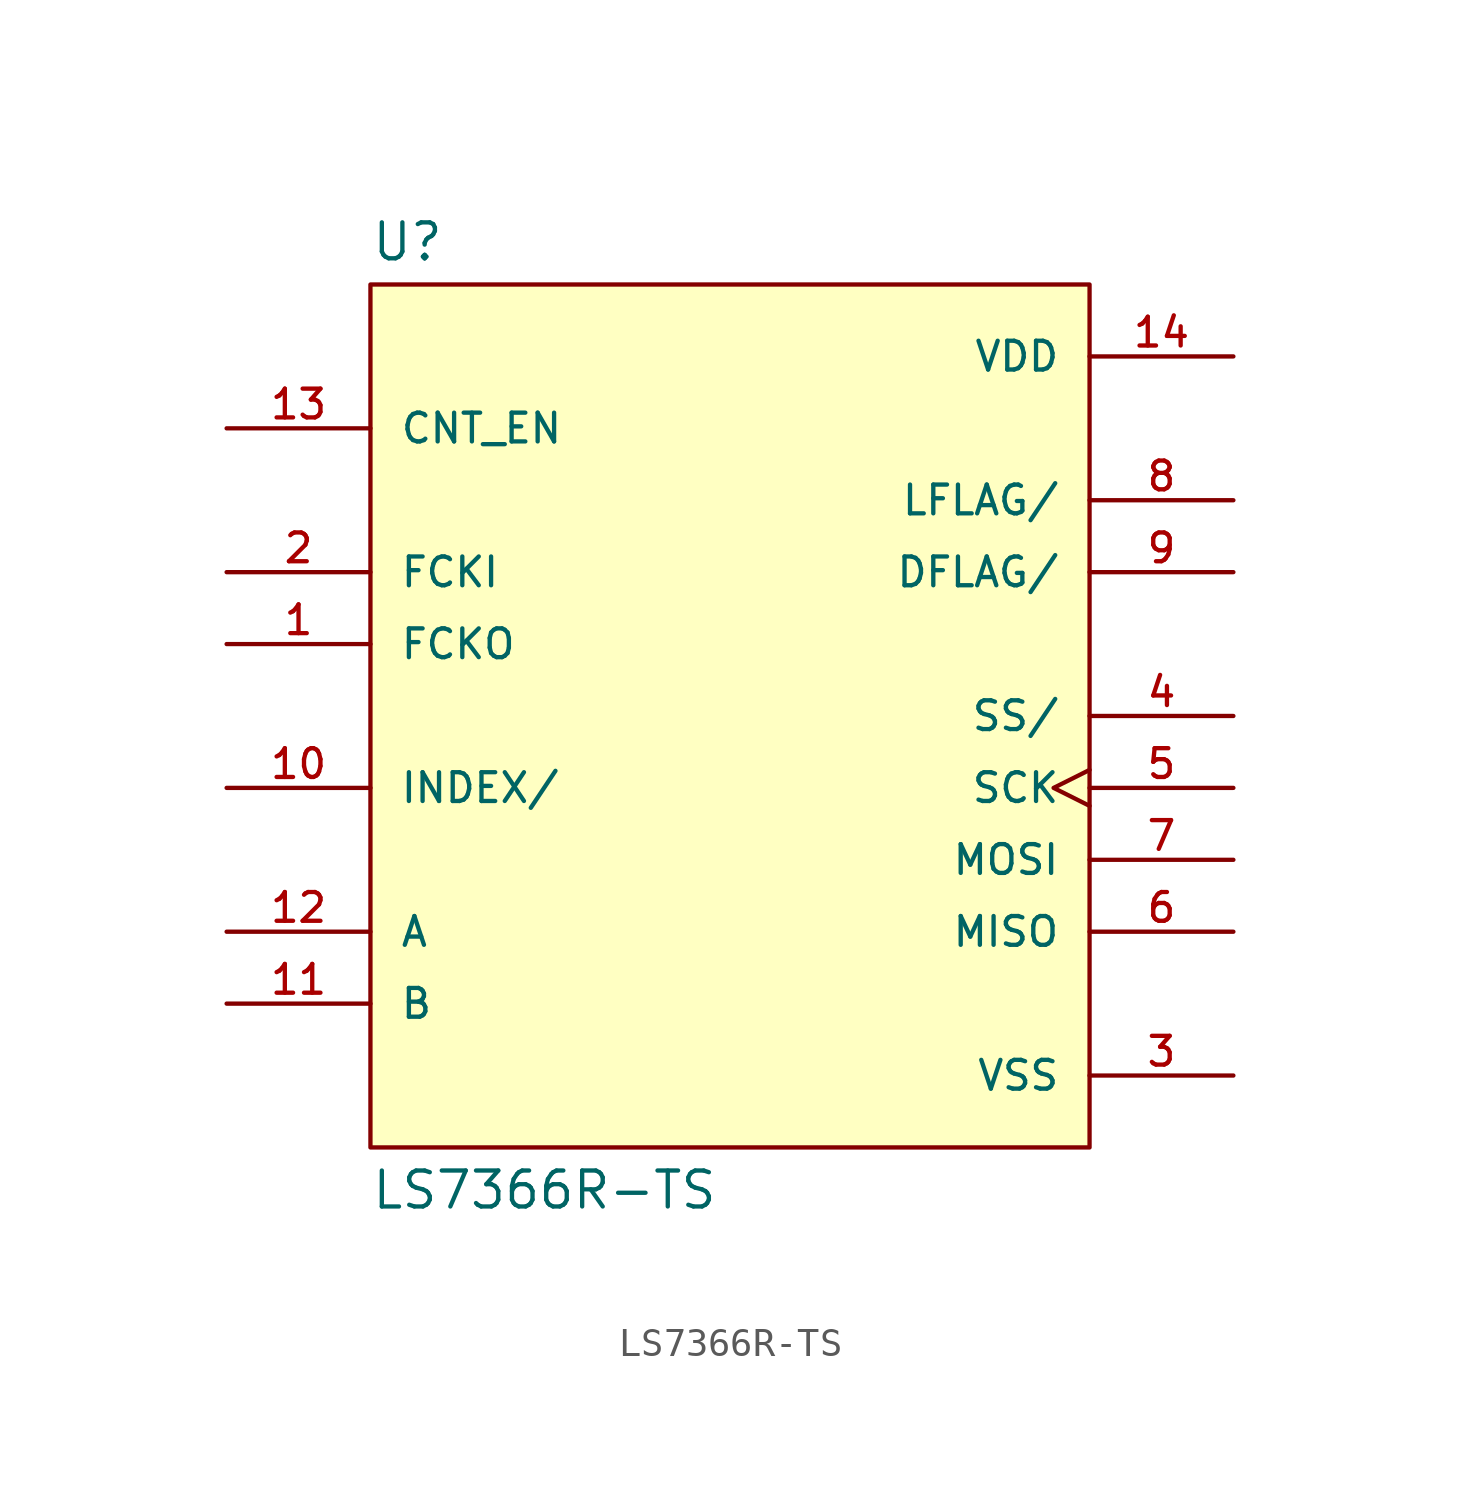
<source format=kicad_sym>
(kicad_symbol_lib
  (version 20211014)
  (generator kicad_symbol_editor)
  (symbol "LS7366R-TS"
    (pin_names
      (offset 1.016))
    (property "Reference" "U"
      (at -12.7 16.002 0)
      (effects (font (size 1.27 1.27)) (justify bottom left)))
    (property "Value" "LS7366R-TS"
      (at -12.7 -16.002 0)
      (effects (font (size 1.27 1.27)) (justify top left)))
    (symbol "LS7366R-TS_0_0"
      (rectangle (start -12.7 -15.24) (end 12.7 15.24) (stroke (width 0.152)) (fill (type background)))
      (pin power_in line (at 17.78 12.7 180.0) (length 5.08) (name "VDD" (effects (font (size 1.016 1.016)))) (number "14" (effects (font (size 1.016 1.016)))))
      (pin power_in line (at 17.78 -12.7 180.0) (length 5.08) (name "VSS" (effects (font (size 1.016 1.016)))) (number "3" (effects (font (size 1.016 1.016)))))
      (pin output line (at -17.78 2.54 0) (length 5.08) (name "FCKO" (effects (font (size 1.016 1.016)))) (number "1" (effects (font (size 1.016 1.016)))))
      (pin input line (at -17.78 5.08 0) (length 5.08) (name "FCKI" (effects (font (size 1.016 1.016)))) (number "2" (effects (font (size 1.016 1.016)))))
      (pin input line (at 17.78 0.0 180.0) (length 5.08) (name "SS/" (effects (font (size 1.016 1.016)))) (number "4" (effects (font (size 1.016 1.016)))))
      (pin input clock (at 17.78 -2.54 180.0) (length 5.08) (name "SCK" (effects (font (size 1.016 1.016)))) (number "5" (effects (font (size 1.016 1.016)))))
      (pin output line (at 17.78 -7.62 180.0) (length 5.08) (name "MISO" (effects (font (size 1.016 1.016)))) (number "6" (effects (font (size 1.016 1.016)))))
      (pin input line (at 17.78 -5.08 180.0) (length 5.08) (name "MOSI" (effects (font (size 1.016 1.016)))) (number "7" (effects (font (size 1.016 1.016)))))
      (pin output line (at 17.78 7.62 180.0) (length 5.08) (name "LFLAG/" (effects (font (size 1.016 1.016)))) (number "8" (effects (font (size 1.016 1.016)))))
      (pin output line (at 17.78 5.08 180.0) (length 5.08) (name "DFLAG/" (effects (font (size 1.016 1.016)))) (number "9" (effects (font (size 1.016 1.016)))))
      (pin input line (at -17.78 -7.62 0) (length 5.08) (name "A" (effects (font (size 1.016 1.016)))) (number "12" (effects (font (size 1.016 1.016)))))
      (pin input line (at -17.78 -10.16 0) (length 5.08) (name "B" (effects (font (size 1.016 1.016)))) (number "11" (effects (font (size 1.016 1.016)))))
      (pin input line (at -17.78 10.16 0) (length 5.08) (name "CNT_EN" (effects (font (size 1.016 1.016)))) (number "13" (effects (font (size 1.016 1.016)))))
      (pin input line (at -17.78 -2.54 0) (length 5.08) (name "INDEX/" (effects (font (size 1.016 1.016)))) (number "10" (effects (font (size 1.016 1.016))))))))
</source>
